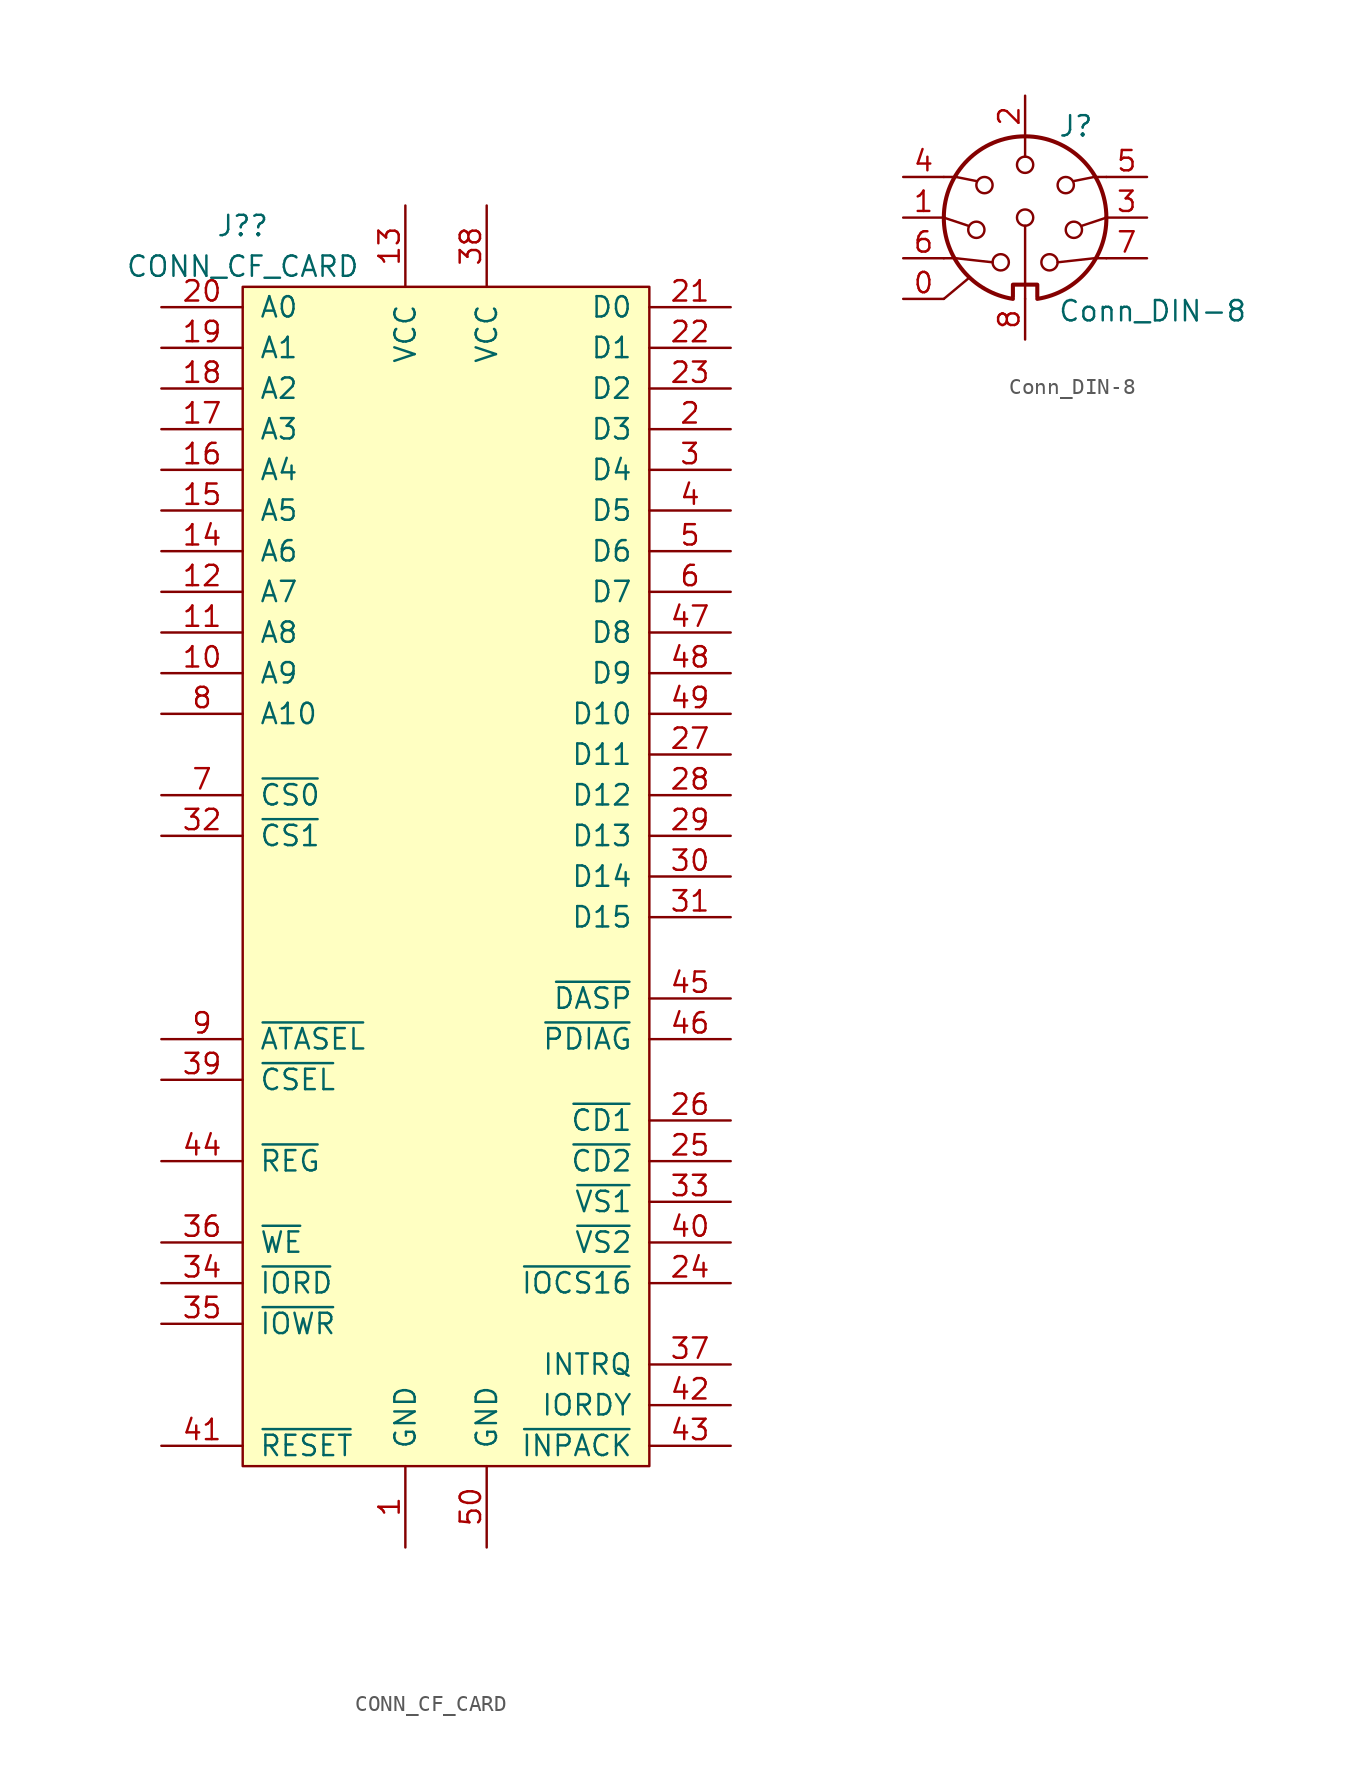
<source format=kicad_sym>
(kicad_symbol_lib
  (version 20211014)
  (generator kicad_symbol_editor)
  (symbol "CONN_CF_CARD"
    (pin_names
      (offset 1.016))
    (property "Reference" "J?"
      (at -12.7 40.64 0)
      (effects (font (size 1.27 1.27))))
    (property "Value" "CONN_CF_CARD"
      (at -12.7 38.1 0)
      (effects (font (size 1.27 1.27))))
    (symbol "CONN_CF_CARD_0_1"
      (rectangle (start -12.7 36.83) (end 12.7 -36.83) (stroke (width 0) (type default) (color 0 0 0 0)) (fill (type background))))
    (symbol "CONN_CF_CARD_1_1"
      (pin power_in line (at -2.54 -41.91 90) (length 5.08) (name "GND" (effects (font (size 1.27 1.27)))) (number "1" (effects (font (size 1.27 1.27)))))
      (pin input line (at -17.78 12.7 0) (length 5.08) (name "A9" (effects (font (size 1.27 1.27)))) (number "10" (effects (font (size 1.27 1.27)))))
      (pin input line (at -17.78 15.24 0) (length 5.08) (name "A8" (effects (font (size 1.27 1.27)))) (number "11" (effects (font (size 1.27 1.27)))))
      (pin input line (at -17.78 17.78 0) (length 5.08) (name "A7" (effects (font (size 1.27 1.27)))) (number "12" (effects (font (size 1.27 1.27)))))
      (pin power_in line (at -2.54 41.91 270) (length 5.08) (name "VCC" (effects (font (size 1.27 1.27)))) (number "13" (effects (font (size 1.27 1.27)))))
      (pin input line (at -17.78 20.32 0) (length 5.08) (name "A6" (effects (font (size 1.27 1.27)))) (number "14" (effects (font (size 1.27 1.27)))))
      (pin input line (at -17.78 22.86 0) (length 5.08) (name "A5" (effects (font (size 1.27 1.27)))) (number "15" (effects (font (size 1.27 1.27)))))
      (pin input line (at -17.78 25.4 0) (length 5.08) (name "A4" (effects (font (size 1.27 1.27)))) (number "16" (effects (font (size 1.27 1.27)))))
      (pin input line (at -17.78 27.94 0) (length 5.08) (name "A3" (effects (font (size 1.27 1.27)))) (number "17" (effects (font (size 1.27 1.27)))))
      (pin input line (at -17.78 30.48 0) (length 5.08) (name "A2" (effects (font (size 1.27 1.27)))) (number "18" (effects (font (size 1.27 1.27)))))
      (pin input line (at -17.78 33.02 0) (length 5.08) (name "A1" (effects (font (size 1.27 1.27)))) (number "19" (effects (font (size 1.27 1.27)))))
      (pin tri_state line (at 17.78 27.94 180) (length 5.08) (name "D3" (effects (font (size 1.27 1.27)))) (number "2" (effects (font (size 1.27 1.27)))))
      (pin input line (at -17.78 35.56 0) (length 5.08) (name "A0" (effects (font (size 1.27 1.27)))) (number "20" (effects (font (size 1.27 1.27)))))
      (pin tri_state line (at 17.78 35.56 180) (length 5.08) (name "D0" (effects (font (size 1.27 1.27)))) (number "21" (effects (font (size 1.27 1.27)))))
      (pin tri_state line (at 17.78 33.02 180) (length 5.08) (name "D1" (effects (font (size 1.27 1.27)))) (number "22" (effects (font (size 1.27 1.27)))))
      (pin tri_state line (at 17.78 30.48 180) (length 5.08) (name "D2" (effects (font (size 1.27 1.27)))) (number "23" (effects (font (size 1.27 1.27)))))
      (pin output line (at 17.78 -25.4 180) (length 5.08) (name "~{IOCS16}" (effects (font (size 1.27 1.27)))) (number "24" (effects (font (size 1.27 1.27)))))
      (pin output line (at 17.78 -17.78 180) (length 5.08) (name "~{CD2}" (effects (font (size 1.27 1.27)))) (number "25" (effects (font (size 1.27 1.27)))))
      (pin output line (at 17.78 -15.24 180) (length 5.08) (name "~{CD1}" (effects (font (size 1.27 1.27)))) (number "26" (effects (font (size 1.27 1.27)))))
      (pin tri_state line (at 17.78 7.62 180) (length 5.08) (name "D11" (effects (font (size 1.27 1.27)))) (number "27" (effects (font (size 1.27 1.27)))))
      (pin tri_state line (at 17.78 5.08 180) (length 5.08) (name "D12" (effects (font (size 1.27 1.27)))) (number "28" (effects (font (size 1.27 1.27)))))
      (pin tri_state line (at 17.78 2.54 180) (length 5.08) (name "D13" (effects (font (size 1.27 1.27)))) (number "29" (effects (font (size 1.27 1.27)))))
      (pin tri_state line (at 17.78 25.4 180) (length 5.08) (name "D4" (effects (font (size 1.27 1.27)))) (number "3" (effects (font (size 1.27 1.27)))))
      (pin tri_state line (at 17.78 0 180) (length 5.08) (name "D14" (effects (font (size 1.27 1.27)))) (number "30" (effects (font (size 1.27 1.27)))))
      (pin tri_state line (at 17.78 -2.54 180) (length 5.08) (name "D15" (effects (font (size 1.27 1.27)))) (number "31" (effects (font (size 1.27 1.27)))))
      (pin input line (at -17.78 2.54 0) (length 5.08) (name "~{CS1}" (effects (font (size 1.27 1.27)))) (number "32" (effects (font (size 1.27 1.27)))))
      (pin output line (at 17.78 -20.32 180) (length 5.08) (name "~{VS1}" (effects (font (size 1.27 1.27)))) (number "33" (effects (font (size 1.27 1.27)))))
      (pin input line (at -17.78 -25.4 0) (length 5.08) (name "~{IORD}" (effects (font (size 1.27 1.27)))) (number "34" (effects (font (size 1.27 1.27)))))
      (pin input line (at -17.78 -27.94 0) (length 5.08) (name "~{IOWR}" (effects (font (size 1.27 1.27)))) (number "35" (effects (font (size 1.27 1.27)))))
      (pin input line (at -17.78 -22.86 0) (length 5.08) (name "~{WE}" (effects (font (size 1.27 1.27)))) (number "36" (effects (font (size 1.27 1.27)))))
      (pin output line (at 17.78 -30.48 180) (length 5.08) (name "INTRQ" (effects (font (size 1.27 1.27)))) (number "37" (effects (font (size 1.27 1.27)))))
      (pin power_in line (at 2.54 41.91 270) (length 5.08) (name "VCC" (effects (font (size 1.27 1.27)))) (number "38" (effects (font (size 1.27 1.27)))))
      (pin input line (at -17.78 -12.7 0) (length 5.08) (name "~{CSEL}" (effects (font (size 1.27 1.27)))) (number "39" (effects (font (size 1.27 1.27)))))
      (pin tri_state line (at 17.78 22.86 180) (length 5.08) (name "D5" (effects (font (size 1.27 1.27)))) (number "4" (effects (font (size 1.27 1.27)))))
      (pin output line (at 17.78 -22.86 180) (length 5.08) (name "~{VS2}" (effects (font (size 1.27 1.27)))) (number "40" (effects (font (size 1.27 1.27)))))
      (pin input line (at -17.78 -35.56 0) (length 5.08) (name "~{RESET}" (effects (font (size 1.27 1.27)))) (number "41" (effects (font (size 1.27 1.27)))))
      (pin output line (at 17.78 -33.02 180) (length 5.08) (name "IORDY" (effects (font (size 1.27 1.27)))) (number "42" (effects (font (size 1.27 1.27)))))
      (pin output line (at 17.78 -35.56 180) (length 5.08) (name "~{INPACK}" (effects (font (size 1.27 1.27)))) (number "43" (effects (font (size 1.27 1.27)))))
      (pin input line (at -17.78 -17.78 0) (length 5.08) (name "~{REG}" (effects (font (size 1.27 1.27)))) (number "44" (effects (font (size 1.27 1.27)))))
      (pin output line (at 17.78 -7.62 180) (length 5.08) (name "~{DASP}" (effects (font (size 1.27 1.27)))) (number "45" (effects (font (size 1.27 1.27)))))
      (pin output line (at 17.78 -10.16 180) (length 5.08) (name "~{PDIAG}" (effects (font (size 1.27 1.27)))) (number "46" (effects (font (size 1.27 1.27)))))
      (pin tri_state line (at 17.78 15.24 180) (length 5.08) (name "D8" (effects (font (size 1.27 1.27)))) (number "47" (effects (font (size 1.27 1.27)))))
      (pin tri_state line (at 17.78 12.7 180) (length 5.08) (name "D9" (effects (font (size 1.27 1.27)))) (number "48" (effects (font (size 1.27 1.27)))))
      (pin tri_state line (at 17.78 10.16 180) (length 5.08) (name "D10" (effects (font (size 1.27 1.27)))) (number "49" (effects (font (size 1.27 1.27)))))
      (pin tri_state line (at 17.78 20.32 180) (length 5.08) (name "D6" (effects (font (size 1.27 1.27)))) (number "5" (effects (font (size 1.27 1.27)))))
      (pin power_in line (at 2.54 -41.91 90) (length 5.08) (name "GND" (effects (font (size 1.27 1.27)))) (number "50" (effects (font (size 1.27 1.27)))))
      (pin tri_state line (at 17.78 17.78 180) (length 5.08) (name "D7" (effects (font (size 1.27 1.27)))) (number "6" (effects (font (size 1.27 1.27)))))
      (pin input line (at -17.78 5.08 0) (length 5.08) (name "~{CS0}" (effects (font (size 1.27 1.27)))) (number "7" (effects (font (size 1.27 1.27)))))
      (pin input line (at -17.78 10.16 0) (length 5.08) (name "A10" (effects (font (size 1.27 1.27)))) (number "8" (effects (font (size 1.27 1.27)))))
      (pin input line (at -17.78 -10.16 0) (length 5.08) (name "~{ATASEL}" (effects (font (size 1.27 1.27)))) (number "9" (effects (font (size 1.27 1.27)))))))
  (symbol "Conn_DIN-8"
    (pin_names
      (offset 1.016))
    (property "Reference" "J"
      (at 3.175 5.715 0)
      (effects (font (size 1.27 1.27))))
    (property "Value" "Conn_DIN-8"
      (at 2.032 -5.842 0)
      (effects (font (size 1.27 1.27)) (justify left)))
    (symbol "Conn_DIN-8_0_1"
      (arc (start -5.08 0) (mid -3.8597 -3.3379) (end -0.762 -5.08) (stroke (width 0.254) (type default) (color 0 0 0 0)) (fill (type none)))
      (circle (center -3.048 -0.762) (radius 0.508) (stroke (width 0) (type default) (color 0 0 0 0)) (fill (type none)))
      (circle (center -2.54 2.032) (radius 0.508) (stroke (width 0) (type default) (color 0 0 0 0)) (fill (type none)))
      (circle (center -1.524 -2.794) (radius 0.508) (stroke (width 0) (type default) (color 0 0 0 0)) (fill (type none)))
      (polyline (pts (xy -5.08 -5.08) (xy -3.556 -3.81)) (stroke (width 0) (type default) (color 0 0 0 0)) (fill (type none)))
      (polyline (pts (xy -5.08 0) (xy -3.556 -0.508)) (stroke (width 0) (type default) (color 0 0 0 0)) (fill (type none)))
      (polyline (pts (xy 0 -0.508) (xy 0 -5.08)) (stroke (width 0) (type default) (color 0 0 0 0)) (fill (type none)))
      (polyline (pts (xy 0 5.08) (xy 0 3.81)) (stroke (width 0) (type default) (color 0 0 0 0)) (fill (type none)))
      (polyline (pts (xy 5.08 0) (xy 3.556 -0.508)) (stroke (width 0) (type default) (color 0 0 0 0)) (fill (type none)))
      (polyline (pts (xy -5.08 -2.54) (xy -4.318 -2.54) (xy -2.032 -2.794)) (stroke (width 0) (type default) (color 0 0 0 0)) (fill (type none)))
      (polyline (pts (xy -5.08 2.54) (xy -4.318 2.54) (xy -3.048 2.286)) (stroke (width 0) (type default) (color 0 0 0 0)) (fill (type none)))
      (polyline (pts (xy 5.08 -2.54) (xy 4.318 -2.54) (xy 2.032 -2.794)) (stroke (width 0) (type default) (color 0 0 0 0)) (fill (type none)))
      (polyline (pts (xy 5.08 2.54) (xy 4.318 2.54) (xy 3.048 2.286)) (stroke (width 0) (type default) (color 0 0 0 0)) (fill (type none)))
      (polyline (pts (xy -0.762 -4.953) (xy -0.762 -4.191) (xy 0.762 -4.191) (xy 0.762 -4.953)) (stroke (width 0.254) (type default) (color 0 0 0 0)) (fill (type none)))
      (circle (center 0 0) (radius 0.508) (stroke (width 0) (type default) (color 0 0 0 0)) (fill (type none)))
      (circle (center 0 3.302) (radius 0.508) (stroke (width 0) (type default) (color 0 0 0 0)) (fill (type none)))
      (arc (start 0.762 -5.08) (mid 3.8673 -3.3444) (end 5.08 0) (stroke (width 0.254) (type default) (color 0 0 0 0)) (fill (type none)))
      (circle (center 1.524 -2.794) (radius 0.508) (stroke (width 0) (type default) (color 0 0 0 0)) (fill (type none)))
      (circle (center 2.54 2.032) (radius 0.508) (stroke (width 0) (type default) (color 0 0 0 0)) (fill (type none)))
      (circle (center 3.048 -0.762) (radius 0.508) (stroke (width 0) (type default) (color 0 0 0 0)) (fill (type none)))
      (arc (start 5.08 0) (mid 0 5.08) (end -5.08 0) (stroke (width 0.254) (type default) (color 0 0 0 0)) (fill (type none))))
    (symbol "Conn_DIN-8_1_1"
      (pin passive line (at -7.62 -5.08 0) (length 2.54) (name "~" (effects (font (size 1.27 1.27)))) (number "0" (effects (font (size 1.27 1.27)))))
      (pin passive line (at -7.62 0 0) (length 2.54) (name "~" (effects (font (size 1.27 1.27)))) (number "1" (effects (font (size 1.27 1.27)))))
      (pin passive line (at 0 7.62 270) (length 2.54) (name "~" (effects (font (size 1.27 1.27)))) (number "2" (effects (font (size 1.27 1.27)))))
      (pin passive line (at 7.62 0 180) (length 2.54) (name "~" (effects (font (size 1.27 1.27)))) (number "3" (effects (font (size 1.27 1.27)))))
      (pin passive line (at -7.62 2.54 0) (length 2.54) (name "~" (effects (font (size 1.27 1.27)))) (number "4" (effects (font (size 1.27 1.27)))))
      (pin passive line (at 7.62 2.54 180) (length 2.54) (name "~" (effects (font (size 1.27 1.27)))) (number "5" (effects (font (size 1.27 1.27)))))
      (pin passive line (at -7.62 -2.54 0) (length 2.54) (name "~" (effects (font (size 1.27 1.27)))) (number "6" (effects (font (size 1.27 1.27)))))
      (pin passive line (at 7.62 -2.54 180) (length 2.54) (name "~" (effects (font (size 1.27 1.27)))) (number "7" (effects (font (size 1.27 1.27)))))
      (pin passive line (at 0 -7.62 90) (length 2.54) (name "~" (effects (font (size 1.27 1.27)))) (number "8" (effects (font (size 1.27 1.27))))))))
</source>
